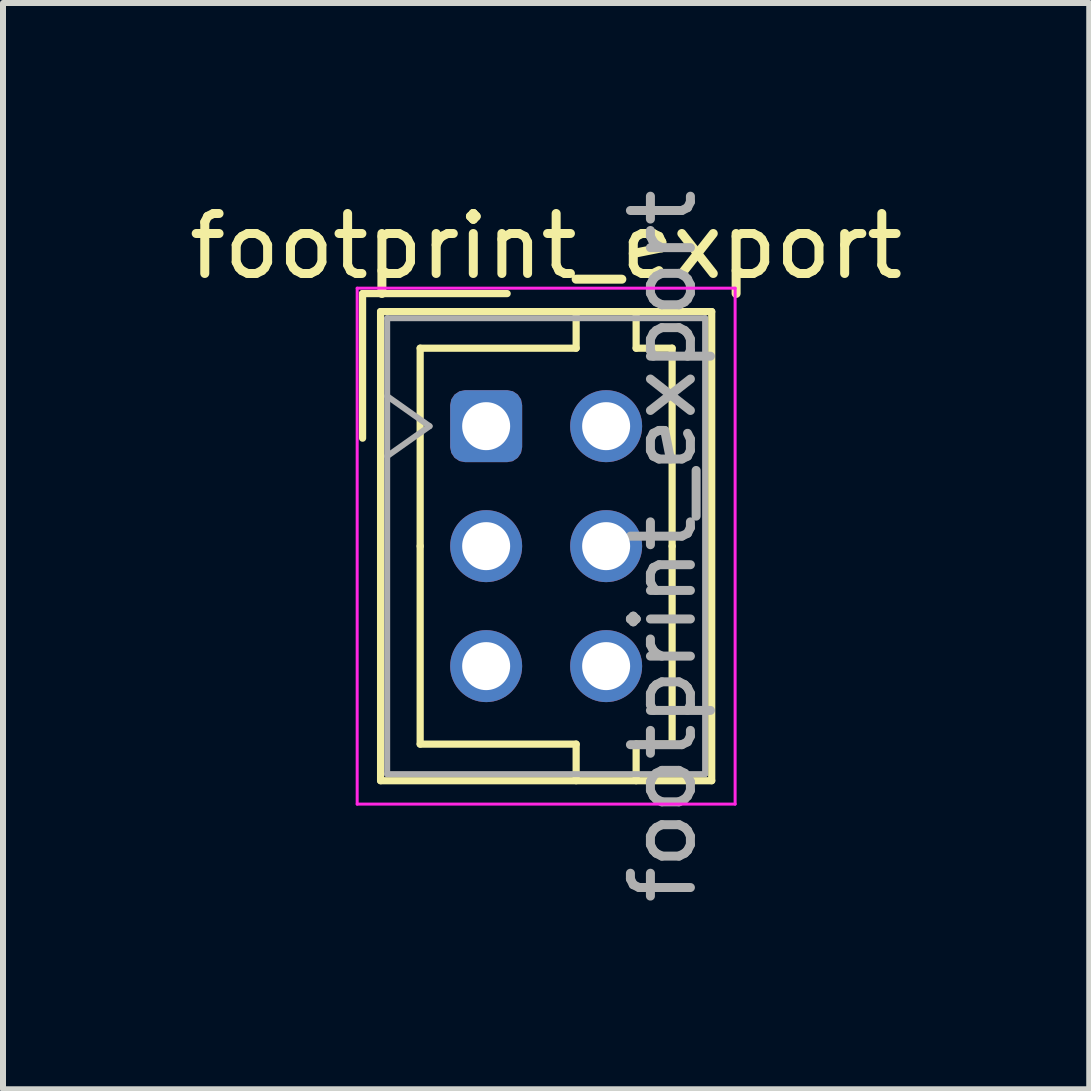
<source format=kicad_pcb>
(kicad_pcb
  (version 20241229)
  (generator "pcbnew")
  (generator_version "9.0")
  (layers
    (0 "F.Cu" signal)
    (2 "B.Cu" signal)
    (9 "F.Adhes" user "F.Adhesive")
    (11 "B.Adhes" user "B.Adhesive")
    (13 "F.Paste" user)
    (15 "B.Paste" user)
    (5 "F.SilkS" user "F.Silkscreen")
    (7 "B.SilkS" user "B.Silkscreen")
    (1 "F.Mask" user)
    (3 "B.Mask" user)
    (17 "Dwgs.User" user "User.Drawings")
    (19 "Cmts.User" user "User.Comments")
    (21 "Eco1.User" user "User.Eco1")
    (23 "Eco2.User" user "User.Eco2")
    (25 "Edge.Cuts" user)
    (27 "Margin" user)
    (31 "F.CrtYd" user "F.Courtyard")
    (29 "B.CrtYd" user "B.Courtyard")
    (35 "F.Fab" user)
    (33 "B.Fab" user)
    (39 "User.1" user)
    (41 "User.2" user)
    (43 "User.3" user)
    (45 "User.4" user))
  (footprint "footprint_export"
    (layer "F.Cu")
    (at 5.054 4.054)
    (property "Reference" "footprint_export" (at 1 -3 0) (layer "F.SilkS") (effects (font (size 1 1) (thickness 0.15))))
    (attr through_hole)
    (fp_line (start -2.06 -2.21) (end -2.06 0.2) (stroke (width 0.12) (type solid)) (layer "F.SilkS"))
    (fp_line (start -1.76 -1.91) (end -1.76 5.91) (stroke (width 0.12) (type solid)) (layer "F.SilkS"))
    (fp_line (start -1.76 5.91) (end 3.76 5.91) (stroke (width 0.12) (type solid)) (layer "F.SilkS"))
    (fp_line (start -1.1 -1.3) (end -1.1 2) (stroke (width 0.12) (type solid)) (layer "F.SilkS"))
    (fp_line (start -1.1 5.3) (end -1.1 2) (stroke (width 0.12) (type solid)) (layer "F.SilkS"))
    (fp_line (start 0.35 -2.21) (end -2.06 -2.21) (stroke (width 0.12) (type solid)) (layer "F.SilkS"))
    (fp_line (start 1.5 -1.91) (end 1.5 -1.3) (stroke (width 0.12) (type solid)) (layer "F.SilkS"))
    (fp_line (start 1.5 -1.3) (end -1.1 -1.3) (stroke (width 0.12) (type solid)) (layer "F.SilkS"))
    (fp_line (start 1.5 5.3) (end -1.1 5.3) (stroke (width 0.12) (type solid)) (layer "F.SilkS"))
    (fp_line (start 1.5 5.91) (end 1.5 5.3) (stroke (width 0.12) (type solid)) (layer "F.SilkS"))
    (fp_line (start 2.5 -1.91) (end 2.5 -1.3) (stroke (width 0.12) (type solid)) (layer "F.SilkS"))
    (fp_line (start 2.5 -1.3) (end 3.1 -1.3) (stroke (width 0.12) (type solid)) (layer "F.SilkS"))
    (fp_line (start 2.5 5.3) (end 3.1 5.3) (stroke (width 0.12) (type solid)) (layer "F.SilkS"))
    (fp_line (start 2.5 5.91) (end 2.5 5.3) (stroke (width 0.12) (type solid)) (layer "F.SilkS"))
    (fp_line (start 3.1 -1.3) (end 3.1 2) (stroke (width 0.12) (type solid)) (layer "F.SilkS"))
    (fp_line (start 3.1 5.3) (end 3.1 2) (stroke (width 0.12) (type solid)) (layer "F.SilkS"))
    (fp_line (start 3.76 -1.91) (end -1.76 -1.91) (stroke (width 0.12) (type solid)) (layer "F.SilkS"))
    (fp_line (start 3.76 5.91) (end 3.76 -1.91) (stroke (width 0.12) (type solid)) (layer "F.SilkS"))
    (fp_line (start -2.15 -2.3) (end -2.15 6.3) (stroke (width 0.05) (type solid)) (layer "F.CrtYd"))
    (fp_line (start -2.15 6.3) (end 4.15 6.3) (stroke (width 0.05) (type solid)) (layer "F.CrtYd"))
    (fp_line (start 4.15 -2.3) (end -2.15 -2.3) (stroke (width 0.05) (type solid)) (layer "F.CrtYd"))
    (fp_line (start 4.15 6.3) (end 4.15 -2.3) (stroke (width 0.05) (type solid)) (layer "F.CrtYd"))
    (fp_line (start -1.65 -1.8) (end -1.65 5.8) (stroke (width 0.1) (type solid)) (layer "F.Fab"))
    (fp_line (start -1.65 0.5) (end -0.943 0) (stroke (width 0.1) (type solid)) (layer "F.Fab"))
    (fp_line (start -1.65 5.8) (end 3.65 5.8) (stroke (width 0.1) (type solid)) (layer "F.Fab"))
    (fp_line (start -0.943 0) (end -1.65 -0.5) (stroke (width 0.1) (type solid)) (layer "F.Fab"))
    (fp_line (start 3.65 -1.8) (end -1.65 -1.8) (stroke (width 0.1) (type solid)) (layer "F.Fab"))
    (fp_line (start 3.65 5.8) (end 3.65 -1.8) (stroke (width 0.1) (type solid)) (layer "F.Fab"))
    (fp_text user "${REFERENCE}" (at 2.95 2 90) (layer "F.Fab") (effects (font (size 1 1) (thickness 0.15))))
    (pad "a1" thru_hole roundrect (at 0 0) (size 1.2 1.2) (drill 0.8) (layers "*.Cu" "*.Mask") (roundrect_rratio 0.208))
    (pad "a2" thru_hole circle (at 0 2) (size 1.2 1.2) (drill 0.8) (layers "*.Cu" "*.Mask"))
    (pad "a3" thru_hole circle (at 0 4) (size 1.2 1.2) (drill 0.8) (layers "*.Cu" "*.Mask"))
    (pad "b1" thru_hole circle (at 2 0) (size 1.2 1.2) (drill 0.8) (layers "*.Cu" "*.Mask"))
    (pad "b2" thru_hole circle (at 2 2) (size 1.2 1.2) (drill 0.8) (layers "*.Cu" "*.Mask"))
    (pad "b3" thru_hole circle (at 2 4) (size 1.2 1.2) (drill 0.8) (layers "*.Cu" "*.Mask")))
  (gr_rect
    (start -3 -3)
    (end 15.107 15.107)
    (stroke (width 0.1) (type default))
    (fill no)
    (layer "Edge.Cuts")))
</source>
